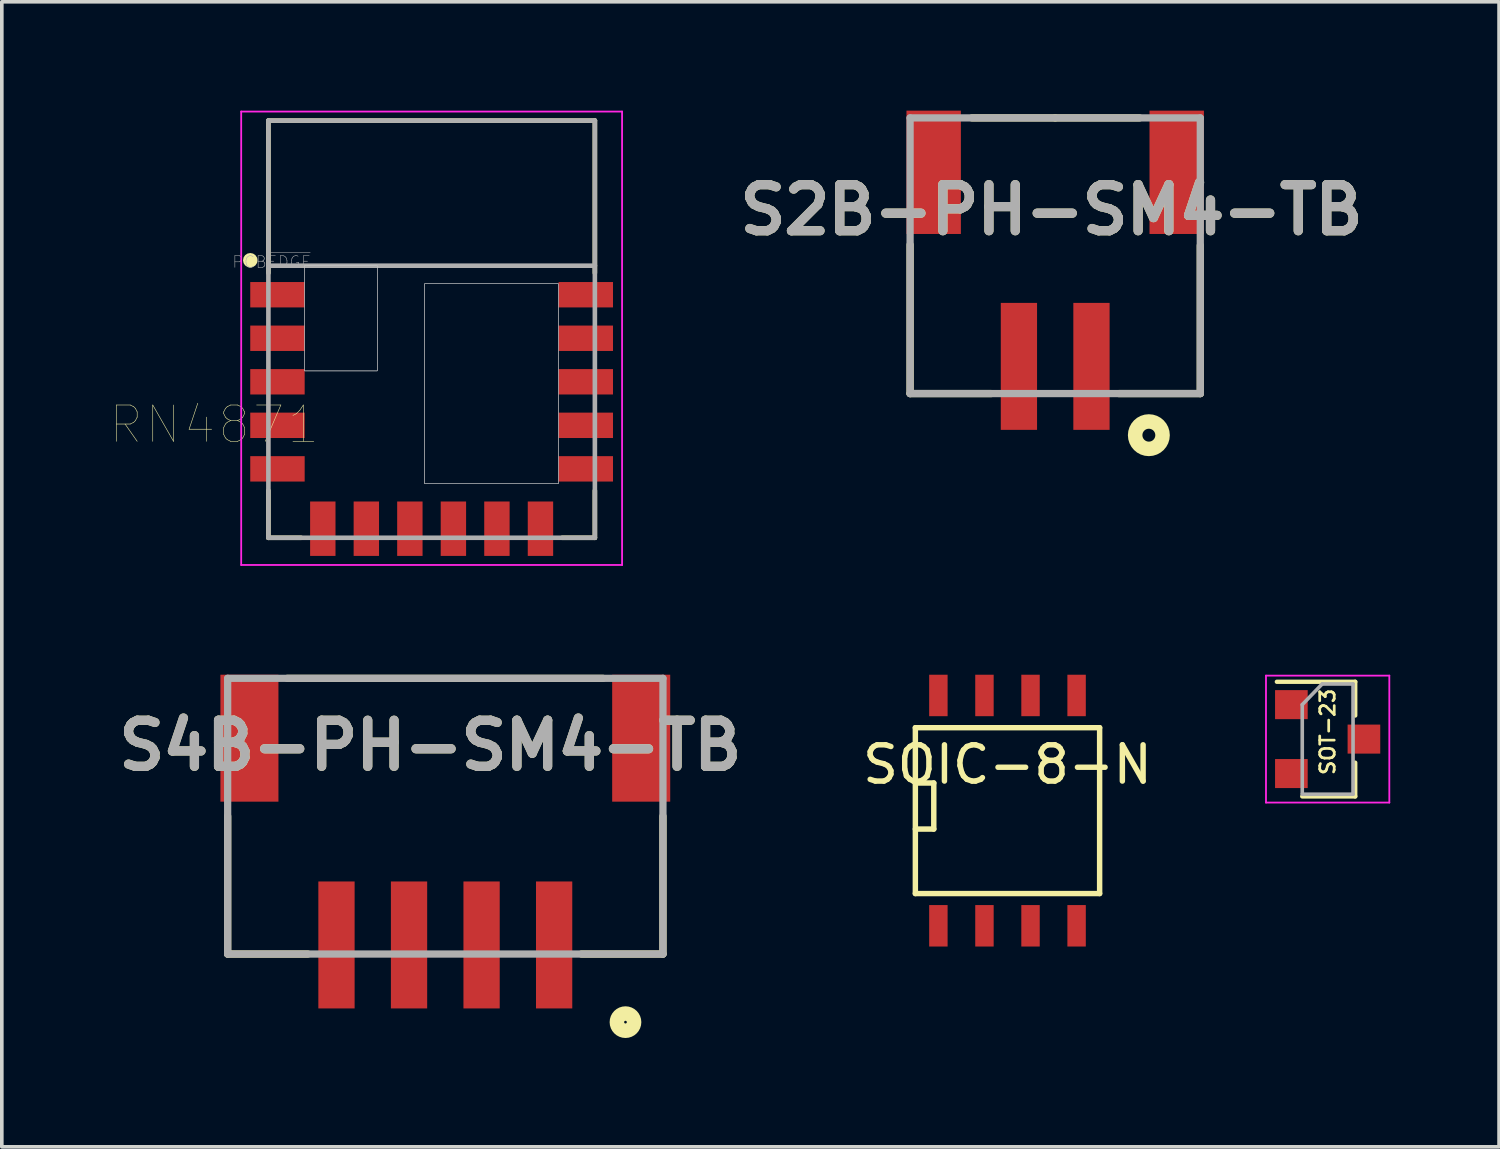
<source format=kicad_pcb>
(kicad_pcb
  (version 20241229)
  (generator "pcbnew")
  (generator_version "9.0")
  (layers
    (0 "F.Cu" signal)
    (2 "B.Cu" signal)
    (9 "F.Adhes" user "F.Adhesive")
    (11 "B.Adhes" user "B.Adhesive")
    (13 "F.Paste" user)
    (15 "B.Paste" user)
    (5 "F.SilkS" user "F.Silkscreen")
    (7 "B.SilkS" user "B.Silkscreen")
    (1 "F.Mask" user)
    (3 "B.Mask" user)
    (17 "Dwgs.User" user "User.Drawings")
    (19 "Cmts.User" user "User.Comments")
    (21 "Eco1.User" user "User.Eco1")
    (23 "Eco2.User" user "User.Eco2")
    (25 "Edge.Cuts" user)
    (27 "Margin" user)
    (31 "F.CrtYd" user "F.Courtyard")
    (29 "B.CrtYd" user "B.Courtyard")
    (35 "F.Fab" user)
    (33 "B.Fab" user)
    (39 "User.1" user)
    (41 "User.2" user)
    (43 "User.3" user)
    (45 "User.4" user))
  (footprint "S4B-PH-SM4-TB"
    (layer "F.Cu")
    (at 9.226 19)
    (property "Reference" "S4B-PH-SM4-TB" (at -0.415 -1.499 0) (layer "F.SilkS") (effects (font (size 1.27 1.27) (thickness 0.254))))
    (attr smd)
    (fp_line (start -6 4.25) (end -6 0.45) (stroke (width 0.2) (type solid)) (layer "F.SilkS"))
    (fp_line (start -6 4.25) (end -3.79 4.25) (stroke (width 0.2) (type solid)) (layer "F.SilkS"))
    (fp_line (start -4.355 -3.35) (end 4.347 -3.35) (stroke (width 0.2) (type solid)) (layer "F.SilkS"))
    (fp_line (start 6 4.25) (end 3.753 4.25) (stroke (width 0.2) (type solid)) (layer "F.SilkS"))
    (fp_line (start 6 4.25) (end 6 0.45) (stroke (width 0.2) (type solid)) (layer "F.SilkS"))
    (fp_circle (center 4.967 6.128) (end 4.967 6.365) (stroke (width 0.4) (type solid)) (fill no) (layer "F.SilkS"))
    (fp_line (start -6 -3.35) (end -6 4.25) (stroke (width 0.2) (type solid)) (layer "F.Fab"))
    (fp_line (start -6 4.25) (end 6 4.25) (stroke (width 0.2) (type solid)) (layer "F.Fab"))
    (fp_line (start 6 -3.35) (end -6 -3.35) (stroke (width 0.2) (type solid)) (layer "F.Fab"))
    (fp_line (start 6 4.25) (end 6 -3.35) (stroke (width 0.2) (type solid)) (layer "F.Fab"))
    (fp_text user "${REFERENCE}" (at -0.415 -1.499 0) (layer "F.Fab") (effects (font (size 1.27 1.27) (thickness 0.254))))
    (pad "1" smd rect (at 3 4) (size 1 3.5) (layers "F.Cu" "F.Mask" "F.Paste"))
    (pad "2" smd rect (at 1 4) (size 1 3.5) (layers "F.Cu" "F.Mask" "F.Paste"))
    (pad "3" smd rect (at -1 4) (size 1 3.5) (layers "F.Cu" "F.Mask" "F.Paste"))
    (pad "4" smd rect (at -3 4) (size 1 3.5) (layers "F.Cu" "F.Mask" "F.Paste"))
    (pad "5" smd rect (at -5.4 -1.7) (size 1.6 3.5) (layers "F.Cu" "F.Mask" "F.Paste"))
    (pad "6" smd rect (at 5.4 -1.7) (size 1.6 3.5) (layers "F.Cu" "F.Mask" "F.Paste")))
  (footprint "S2B-PH-SM4-TB"
    (layer "F.Cu")
    (at 26.039 3.8)
    (property "Reference" "S2B-PH-SM4-TB" (at -0.103 -1.064 0) (layer "F.SilkS") (effects (font (size 1.27 1.27) (thickness 0.254))))
    (attr smd)
    (fp_line (start -4 4) (end -4 -0.104) (stroke (width 0.2) (type solid)) (layer "F.SilkS"))
    (fp_line (start -4 4) (end -1.764 4) (stroke (width 0.2) (type solid)) (layer "F.SilkS"))
    (fp_line (start 0 -3.6) (end -2.295 -3.6) (stroke (width 0.2) (type solid)) (layer "F.SilkS"))
    (fp_line (start 0 -3.6) (end 2.326 -3.6) (stroke (width 0.2) (type solid)) (layer "F.SilkS"))
    (fp_line (start 4 4) (end 1.756 4) (stroke (width 0.2) (type solid)) (layer "F.SilkS"))
    (fp_line (start 4 4) (end 4 -0.084) (stroke (width 0.2) (type solid)) (layer "F.SilkS"))
    (fp_circle (center 2.582 5.147) (end 2.582 5.325) (stroke (width 0.4) (type solid)) (fill no) (layer "F.SilkS"))
    (fp_line (start -4 -3.6) (end 4 -3.6) (stroke (width 0.2) (type solid)) (layer "F.Fab"))
    (fp_line (start -4 4) (end -4 -3.6) (stroke (width 0.2) (type solid)) (layer "F.Fab"))
    (fp_line (start 4 -3.6) (end 4 4) (stroke (width 0.2) (type solid)) (layer "F.Fab"))
    (fp_line (start 4 4) (end -4 4) (stroke (width 0.2) (type solid)) (layer "F.Fab"))
    (fp_text user "${REFERENCE}" (at -0.103 -1.064 0) (layer "F.Fab") (effects (font (size 1.27 1.27) (thickness 0.254))))
    (pad "1" smd rect (at 1 3.25) (size 1 3.5) (layers "F.Cu" "F.Mask" "F.Paste"))
    (pad "2" smd rect (at -1 3.25) (size 1 3.5) (layers "F.Cu" "F.Mask" "F.Paste"))
    (pad "3" smd rect (at -3.35 -2.1) (size 1.5 3.4) (layers "F.Cu" "F.Mask" "F.Paste"))
    (pad "4" smd rect (at 3.35 -2.1) (size 1.5 3.4) (layers "F.Cu" "F.Mask" "F.Paste")))
  (footprint "SOT-23"
    (layer "F.Cu")
    (at 33.55 17.325)
    (property "Reference" "SOT-23" (at 0 -0.2 270) (layer "F.SilkS") (effects (font (size 0.4 0.4) (thickness 0.075))))
    (attr smd)
    (fp_line (start 0.76 -1.58) (end -1.4 -1.58) (stroke (width 0.12) (type solid)) (layer "F.SilkS"))
    (fp_line (start 0.76 -1.58) (end 0.76 -0.65) (stroke (width 0.12) (type solid)) (layer "F.SilkS"))
    (fp_line (start 0.76 1.58) (end -0.7 1.58) (stroke (width 0.12) (type solid)) (layer "F.SilkS"))
    (fp_line (start 0.76 1.58) (end 0.76 0.65) (stroke (width 0.12) (type solid)) (layer "F.SilkS"))
    (fp_line (start -1.7 -1.75) (end 1.7 -1.75) (stroke (width 0.05) (type solid)) (layer "F.CrtYd"))
    (fp_line (start -1.7 1.75) (end -1.7 -1.75) (stroke (width 0.05) (type solid)) (layer "F.CrtYd"))
    (fp_line (start 1.7 -1.75) (end 1.7 1.75) (stroke (width 0.05) (type solid)) (layer "F.CrtYd"))
    (fp_line (start 1.7 1.75) (end -1.7 1.75) (stroke (width 0.05) (type solid)) (layer "F.CrtYd"))
    (fp_line (start -0.7 -0.95) (end -0.7 1.5) (stroke (width 0.1) (type solid)) (layer "F.Fab"))
    (fp_line (start -0.7 -0.95) (end -0.15 -1.52) (stroke (width 0.1) (type solid)) (layer "F.Fab"))
    (fp_line (start -0.7 1.52) (end 0.7 1.52) (stroke (width 0.1) (type solid)) (layer "F.Fab"))
    (fp_line (start -0.15 -1.52) (end 0.7 -1.52) (stroke (width 0.1) (type solid)) (layer "F.Fab"))
    (fp_line (start 0.7 -1.52) (end 0.7 1.52) (stroke (width 0.1) (type solid)) (layer "F.Fab"))
    (pad "1" smd rect (at -1 -0.95) (size 0.9 0.8) (layers "F.Cu" "F.Mask" "F.Paste"))
    (pad "2" smd rect (at -1 0.95) (size 0.9 0.8) (layers "F.Cu" "F.Mask" "F.Paste"))
    (pad "3" smd rect (at 1 0) (size 0.9 0.8) (layers "F.Cu" "F.Mask" "F.Paste")))
  (footprint "RN4871"
    (layer "F.Cu")
    (at 8.849 6.025)
    (property "Reference" "RN4871" (at -5.994 2.629 180) (layer "F.SilkS") (effects (font (size 1.002 1.002) (thickness 0.015))))
    (attr through_hole)
    (fp_line (start -4.5 -5.75) (end -4.5 -1.55) (stroke (width 0.127) (type solid)) (layer "F.SilkS"))
    (fp_line (start -4.5 4.45) (end -4.5 5.75) (stroke (width 0.127) (type solid)) (layer "F.SilkS"))
    (fp_line (start -4.5 5.75) (end -3.6 5.75) (stroke (width 0.127) (type solid)) (layer "F.SilkS"))
    (fp_line (start 3.6 5.75) (end 4.5 5.75) (stroke (width 0.127) (type solid)) (layer "F.SilkS"))
    (fp_line (start 4.5 -5.75) (end -4.5 -5.75) (stroke (width 0.127) (type solid)) (layer "F.SilkS"))
    (fp_line (start 4.5 -5.75) (end 4.5 -1.55) (stroke (width 0.127) (type solid)) (layer "F.SilkS"))
    (fp_line (start 4.5 5.75) (end 4.5 4.45) (stroke (width 0.127) (type solid)) (layer "F.SilkS"))
    (fp_circle (center -5 -1.9) (end -4.9 -1.9) (stroke (width 0.2) (type solid)) (fill no) (layer "F.SilkS"))
    (fp_poly (pts (xy -3.507 -1.75) (xy -1.5 -1.75) (xy -1.5 1.152) (xy -3.507 1.152)) (stroke (width 0.01) (type solid)) (fill no) (layer "Dwgs.User"))
    (fp_poly (pts (xy -3.502 -1.75) (xy -1.5 -1.75) (xy -1.5 1.151) (xy -3.502 1.151)) (stroke (width 0.01) (type solid)) (fill no) (layer "Dwgs.User"))
    (fp_poly (pts (xy -3.501 -1.75) (xy -1.5 -1.75) (xy -1.5 1.15) (xy -3.501 1.15)) (stroke (width 0.01) (type solid)) (fill no) (layer "Dwgs.User"))
    (fp_poly (pts (xy -0.2 -1.25) (xy 3.5 -1.25) (xy 3.5 4.256) (xy -0.2 4.256)) (stroke (width 0.01) (type solid)) (fill no) (layer "Dwgs.User"))
    (fp_poly (pts (xy -0.2 -1.25) (xy 3.5 -1.25) (xy 3.5 4.254) (xy -0.2 4.254)) (stroke (width 0.01) (type solid)) (fill no) (layer "Dwgs.User"))
    (fp_poly (pts (xy -0.2 -1.25) (xy 3.5 -1.25) (xy 3.5 4.252) (xy -0.2 4.252)) (stroke (width 0.01) (type solid)) (fill no) (layer "Dwgs.User"))
    (fp_line (start -5.25 -6) (end 5.25 -6) (stroke (width 0.05) (type solid)) (layer "F.CrtYd"))
    (fp_line (start -5.25 6.5) (end -5.25 -6) (stroke (width 0.05) (type solid)) (layer "F.CrtYd"))
    (fp_line (start 5.25 -6) (end 5.25 6.5) (stroke (width 0.05) (type solid)) (layer "F.CrtYd"))
    (fp_line (start 5.25 6.5) (end -5.25 6.5) (stroke (width 0.05) (type solid)) (layer "F.CrtYd"))
    (fp_line (start -4.5 -5.75) (end -4.5 -1.75) (stroke (width 0.127) (type solid)) (layer "F.Fab"))
    (fp_line (start -4.5 -1.75) (end -4.5 5.75) (stroke (width 0.127) (type solid)) (layer "F.Fab"))
    (fp_line (start -4.5 -1.75) (end 4.5 -1.75) (stroke (width 0.127) (type solid)) (layer "F.Fab"))
    (fp_line (start -4.5 5.75) (end 4.5 5.75) (stroke (width 0.127) (type solid)) (layer "F.Fab"))
    (fp_line (start 4.5 -5.75) (end -4.5 -5.75) (stroke (width 0.127) (type solid)) (layer "F.Fab"))
    (fp_line (start 4.5 -1.75) (end 4.5 -5.75) (stroke (width 0.127) (type solid)) (layer "F.Fab"))
    (fp_line (start 4.5 5.75) (end 4.5 -1.75) (stroke (width 0.127) (type solid)) (layer "F.Fab"))
    (fp_text user "PCB~{EDGE}" (at -4.408 -1.853 0) (layer "F.Fab") (effects (font (size 0.321 0.321) (thickness 0.015))))
    (pad "1" smd rect (at -4.25 -0.95) (size 1.5 0.7) (layers "F.Cu" "F.Mask" "F.Paste"))
    (pad "2" smd rect (at -4.25 0.25) (size 1.5 0.7) (layers "F.Cu" "F.Mask" "F.Paste"))
    (pad "3" smd rect (at -4.25 1.45) (size 1.5 0.7) (layers "F.Cu" "F.Mask" "F.Paste"))
    (pad "4" smd rect (at -4.25 2.65) (size 1.5 0.7) (layers "F.Cu" "F.Mask" "F.Paste"))
    (pad "5" smd rect (at -4.25 3.85) (size 1.5 0.7) (layers "F.Cu" "F.Mask" "F.Paste"))
    (pad "6" smd rect (at -3 5.5) (size 0.7 1.5) (layers "F.Cu" "F.Mask" "F.Paste"))
    (pad "7" smd rect (at -1.8 5.5) (size 0.7 1.5) (layers "F.Cu" "F.Mask" "F.Paste"))
    (pad "8" smd rect (at -0.6 5.5) (size 0.7 1.5) (layers "F.Cu" "F.Mask" "F.Paste"))
    (pad "9" smd rect (at 0.6 5.5) (size 0.7 1.5) (layers "F.Cu" "F.Mask" "F.Paste"))
    (pad "10" smd rect (at 1.8 5.5) (size 0.7 1.5) (layers "F.Cu" "F.Mask" "F.Paste"))
    (pad "11" smd rect (at 3 5.5) (size 0.7 1.5) (layers "F.Cu" "F.Mask" "F.Paste"))
    (pad "12" smd rect (at 4.25 3.85) (size 1.5 0.7) (layers "F.Cu" "F.Mask" "F.Paste"))
    (pad "13" smd rect (at 4.25 2.65) (size 1.5 0.7) (layers "F.Cu" "F.Mask" "F.Paste"))
    (pad "14" smd rect (at 4.25 1.45) (size 1.5 0.7) (layers "F.Cu" "F.Mask" "F.Paste"))
    (pad "15" smd rect (at 4.25 0.25) (size 1.5 0.7) (layers "F.Cu" "F.Mask" "F.Paste"))
    (pad "16" smd rect (at 4.25 -0.95) (size 1.5 0.7) (layers "F.Cu" "F.Mask" "F.Paste")))
  (footprint "SOIC-8-N"
    (layer "F.Cu")
    (at 24.724 19.297)
    (property "Reference" "SOIC-8-N" (at 0 -1.27 0) (layer "F.SilkS") (effects (font (size 1 1) (thickness 0.15))))
    (attr smd)
    (fp_line (start -2.54 -2.286) (end 2.54 -2.286) (stroke (width 0.15) (type solid)) (layer "F.SilkS"))
    (fp_line (start -2.54 -0.762) (end -2.032 -0.762) (stroke (width 0.15) (type solid)) (layer "F.SilkS"))
    (fp_line (start -2.54 2.286) (end -2.54 -2.286) (stroke (width 0.15) (type solid)) (layer "F.SilkS"))
    (fp_line (start -2.032 -0.762) (end -2.032 0.508) (stroke (width 0.15) (type solid)) (layer "F.SilkS"))
    (fp_line (start -2.032 0.508) (end -2.54 0.508) (stroke (width 0.15) (type solid)) (layer "F.SilkS"))
    (fp_line (start 2.54 -2.286) (end 2.54 2.286) (stroke (width 0.15) (type solid)) (layer "F.SilkS"))
    (fp_line (start 2.54 2.286) (end -2.54 2.286) (stroke (width 0.15) (type solid)) (layer "F.SilkS"))
    (pad "1" smd rect (at -1.905 3.175) (size 0.508 1.143) (layers "F.Cu" "F.Mask" "F.Paste"))
    (pad "2" smd rect (at -0.635 3.175) (size 0.508 1.143) (layers "F.Cu" "F.Mask" "F.Paste"))
    (pad "3" smd rect (at 0.635 3.175) (size 0.508 1.143) (layers "F.Cu" "F.Mask" "F.Paste"))
    (pad "4" smd rect (at 1.905 3.175) (size 0.508 1.143) (layers "F.Cu" "F.Mask" "F.Paste"))
    (pad "5" smd rect (at 1.905 -3.175) (size 0.508 1.143) (layers "F.Cu" "F.Mask" "F.Paste"))
    (pad "6" smd rect (at 0.635 -3.175) (size 0.508 1.143) (layers "F.Cu" "F.Mask" "F.Paste"))
    (pad "7" smd rect (at -0.635 -3.175) (size 0.508 1.143) (layers "F.Cu" "F.Mask" "F.Paste"))
    (pad "8" smd rect (at -1.905 -3.175) (size 0.508 1.143) (layers "F.Cu" "F.Mask" "F.Paste")))
  (gr_rect
    (start -3 -3)
    (end 38.275 28.565)
    (stroke (width 0.1) (type default))
    (fill no)
    (layer "Edge.Cuts")))
</source>
